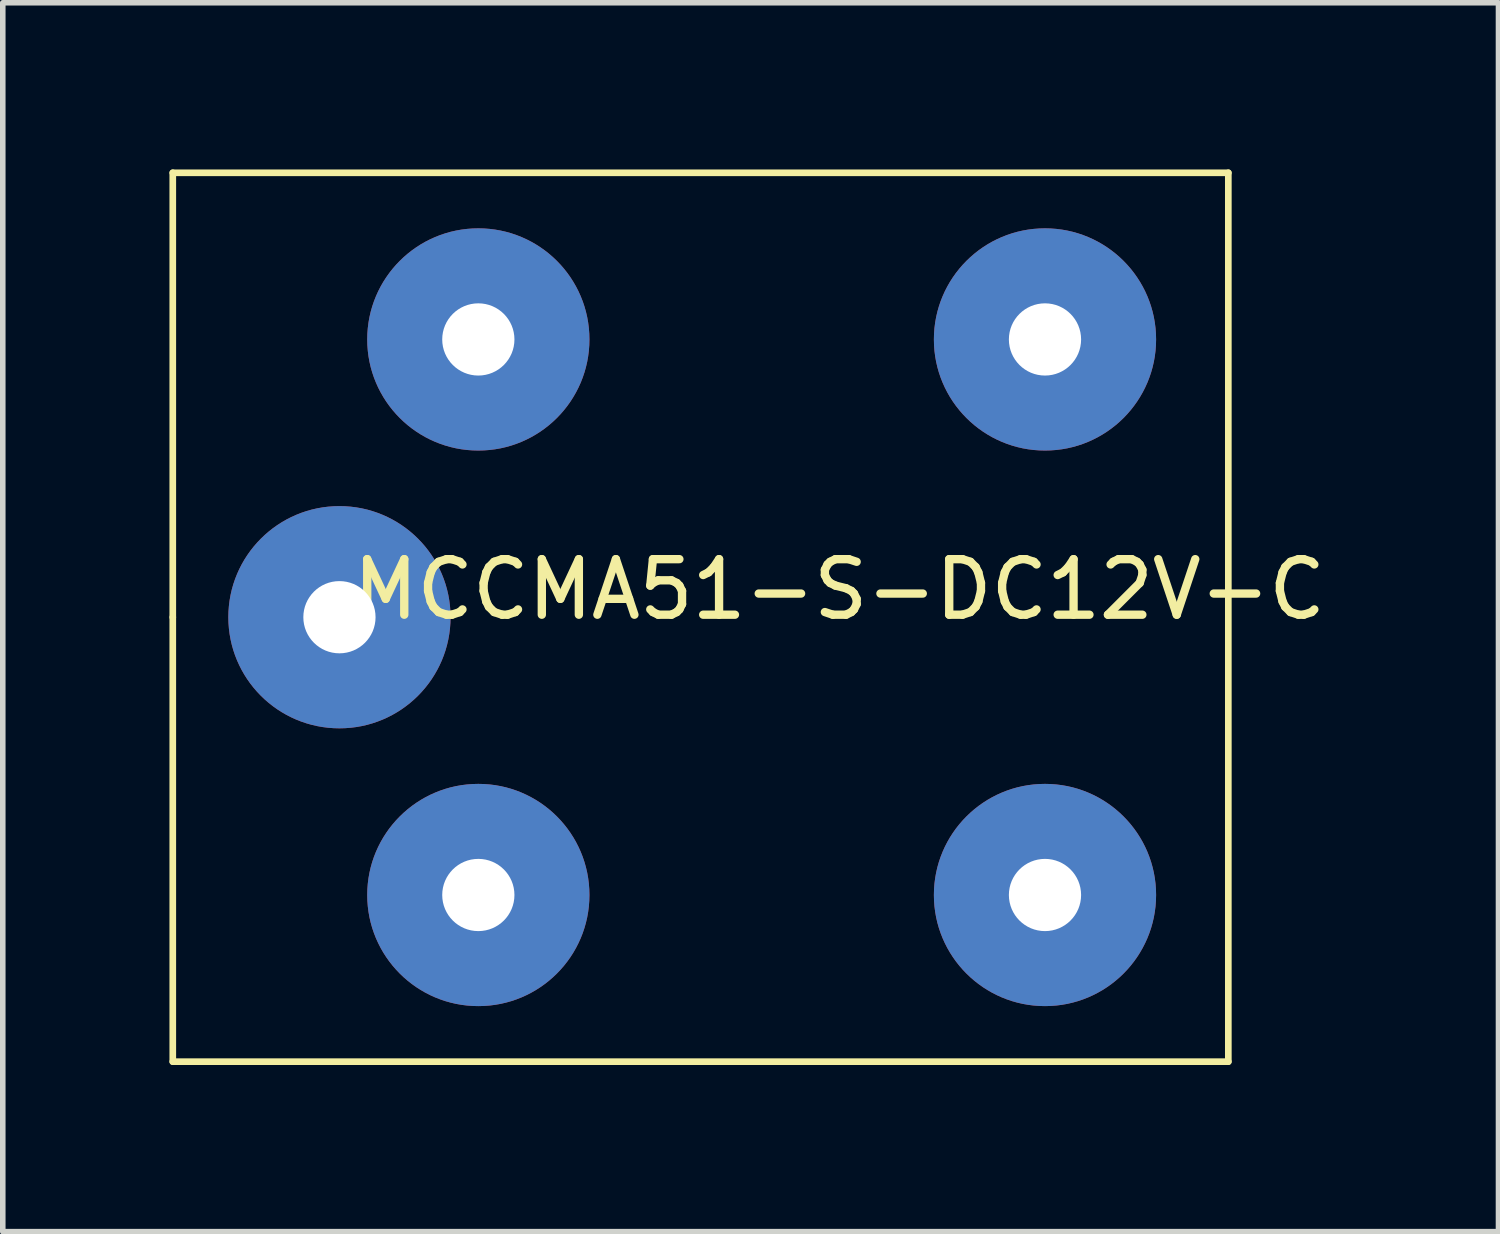
<source format=kicad_pcb>
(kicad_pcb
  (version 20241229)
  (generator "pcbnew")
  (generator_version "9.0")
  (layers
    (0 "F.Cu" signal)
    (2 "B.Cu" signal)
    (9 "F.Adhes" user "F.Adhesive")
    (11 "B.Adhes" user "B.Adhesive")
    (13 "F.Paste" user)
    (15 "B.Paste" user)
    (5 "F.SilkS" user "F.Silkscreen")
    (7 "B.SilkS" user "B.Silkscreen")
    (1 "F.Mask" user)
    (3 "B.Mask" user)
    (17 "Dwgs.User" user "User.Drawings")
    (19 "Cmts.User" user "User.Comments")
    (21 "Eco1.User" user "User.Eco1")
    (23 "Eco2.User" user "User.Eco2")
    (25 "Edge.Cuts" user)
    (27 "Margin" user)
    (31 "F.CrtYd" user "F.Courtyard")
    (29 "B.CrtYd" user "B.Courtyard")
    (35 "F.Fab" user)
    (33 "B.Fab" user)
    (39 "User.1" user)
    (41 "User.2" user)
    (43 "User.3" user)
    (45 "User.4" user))
  (footprint "MCCMA51-S-DC12V-C"
    (layer "F.Cu")
    (at 3.06 8.06)
    (property "Reference" "MCCMA51-S-DC12V-C" (at 9 -0.5 0) (unlocked yes) (layer "F.SilkS") (effects (font (size 1 1) (thickness 0.15))))
    (attr through_hole)
    (fp_line (start -3 -8) (end 16 -8) (stroke (width 0.12) (type solid)) (layer "F.SilkS"))
    (fp_line (start -3 0) (end -3 -8) (stroke (width 0.12) (type solid)) (layer "F.SilkS"))
    (fp_line (start -3 8) (end -3 0) (stroke (width 0.12) (type solid)) (layer "F.SilkS"))
    (fp_line (start 16 -8) (end 16 8) (stroke (width 0.12) (type solid)) (layer "F.SilkS"))
    (fp_line (start 16 8) (end -3 8) (stroke (width 0.12) (type solid)) (layer "F.SilkS"))
    (pad "1" thru_hole circle (at 2.5 5) (size 4 4) (drill 1.3) (layers "*.Cu" "*.Mask"))
    (pad "2" thru_hole circle (at 2.5 -5) (size 4 4) (drill 1.3) (layers "*.Cu" "*.Mask"))
    (pad "3" thru_hole circle (at 12.7 5) (size 4 4) (drill 1.3) (layers "*.Cu" "*.Mask"))
    (pad "4" thru_hole circle (at 0 0) (size 4 4) (drill 1.3) (layers "*.Cu" "*.Mask"))
    (pad "5" thru_hole circle (at 12.7 -5) (size 4 4) (drill 1.3) (layers "*.Cu" "*.Mask")))
  (gr_rect
    (start -3 -3)
    (end 23.923 19.12)
    (stroke (width 0.1) (type default))
    (fill no)
    (layer "Edge.Cuts")))
</source>
